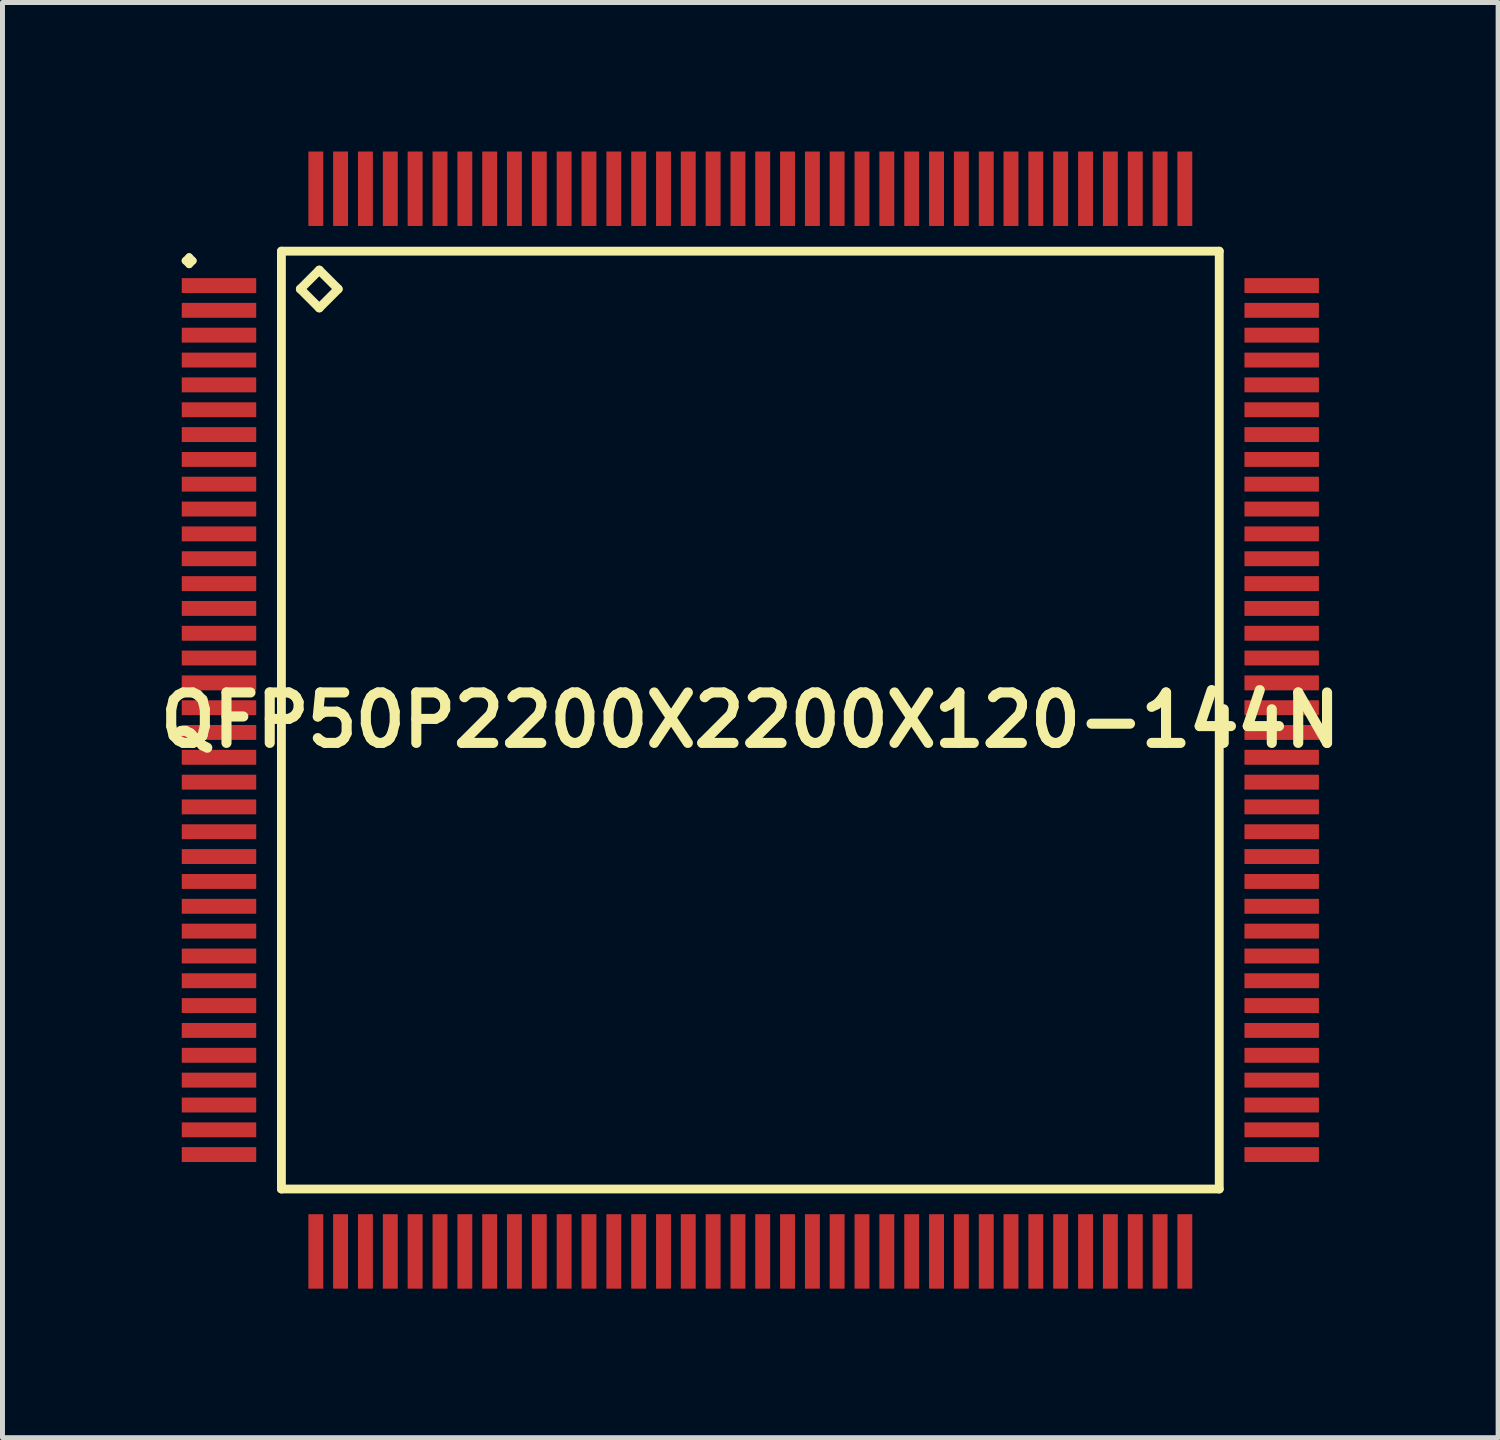
<source format=kicad_pcb>
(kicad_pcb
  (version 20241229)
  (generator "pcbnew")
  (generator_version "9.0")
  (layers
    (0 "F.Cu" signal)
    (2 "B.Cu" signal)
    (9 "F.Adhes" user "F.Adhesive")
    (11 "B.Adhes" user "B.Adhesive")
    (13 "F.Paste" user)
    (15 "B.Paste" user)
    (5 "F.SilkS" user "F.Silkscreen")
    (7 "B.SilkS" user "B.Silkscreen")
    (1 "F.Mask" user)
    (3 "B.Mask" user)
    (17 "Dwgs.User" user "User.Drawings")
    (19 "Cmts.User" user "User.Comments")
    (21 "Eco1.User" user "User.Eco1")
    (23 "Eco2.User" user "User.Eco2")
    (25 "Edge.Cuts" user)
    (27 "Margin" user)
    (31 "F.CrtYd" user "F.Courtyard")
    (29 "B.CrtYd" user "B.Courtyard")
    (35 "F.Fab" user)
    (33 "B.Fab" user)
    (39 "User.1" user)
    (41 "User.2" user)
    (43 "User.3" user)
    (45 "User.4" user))
  (footprint "QFP50P2200X2200X120-144N"
    (layer "F.Cu")
    (at 12.057 11.448)
    (property "Reference" "QFP50P2200X2200X120-144N" (at 0 0 0) (layer "F.SilkS") (effects (font (size 1.016 1.016) (thickness 0.203))))
    (attr smd)
    (fp_line (start -11.374 -9.248) (end -11.298 -9.324) (stroke (width 0.15) (type solid)) (layer "F.SilkS"))
    (fp_line (start -11.298 -9.324) (end -11.224 -9.248) (stroke (width 0.15) (type solid)) (layer "F.SilkS"))
    (fp_line (start -11.298 -9.174) (end -11.374 -9.248) (stroke (width 0.15) (type solid)) (layer "F.SilkS"))
    (fp_line (start -11.224 -9.248) (end -11.298 -9.174) (stroke (width 0.15) (type solid)) (layer "F.SilkS"))
    (fp_line (start -9.441 -9.441) (end -9.441 9.441) (stroke (width 0.178) (type solid)) (layer "F.SilkS"))
    (fp_line (start -9.441 9.441) (end 9.441 9.441) (stroke (width 0.178) (type solid)) (layer "F.SilkS"))
    (fp_line (start -9.06 -8.679) (end -8.679 -9.06) (stroke (width 0.178) (type solid)) (layer "F.SilkS"))
    (fp_line (start -8.679 -9.06) (end -8.298 -8.679) (stroke (width 0.178) (type solid)) (layer "F.SilkS"))
    (fp_line (start -8.679 -8.298) (end -9.06 -8.679) (stroke (width 0.178) (type solid)) (layer "F.SilkS"))
    (fp_line (start -8.298 -8.679) (end -8.679 -8.298) (stroke (width 0.178) (type solid)) (layer "F.SilkS"))
    (fp_line (start 9.441 -9.441) (end -9.441 -9.441) (stroke (width 0.178) (type solid)) (layer "F.SilkS"))
    (fp_line (start 9.441 9.441) (end 9.441 -9.441) (stroke (width 0.178) (type solid)) (layer "F.SilkS"))
    (pad "1" smd rect (at -10.698 -8.748) (size 1.499 0.3) (layers "F.Cu" "F.Mask" "F.Paste"))
    (pad "2" smd rect (at -10.698 -8.25) (size 1.499 0.3) (layers "F.Cu" "F.Mask" "F.Paste"))
    (pad "3" smd rect (at -10.698 -7.75) (size 1.499 0.3) (layers "F.Cu" "F.Mask" "F.Paste"))
    (pad "4" smd rect (at -10.698 -7.249) (size 1.499 0.3) (layers "F.Cu" "F.Mask" "F.Paste"))
    (pad "5" smd rect (at -10.698 -6.749) (size 1.499 0.3) (layers "F.Cu" "F.Mask" "F.Paste"))
    (pad "6" smd rect (at -10.698 -6.248) (size 1.499 0.3) (layers "F.Cu" "F.Mask" "F.Paste"))
    (pad "7" smd rect (at -10.698 -5.748) (size 1.499 0.3) (layers "F.Cu" "F.Mask" "F.Paste"))
    (pad "8" smd rect (at -10.698 -5.248) (size 1.499 0.3) (layers "F.Cu" "F.Mask" "F.Paste"))
    (pad "9" smd rect (at -10.698 -4.75) (size 1.499 0.3) (layers "F.Cu" "F.Mask" "F.Paste"))
    (pad "10" smd rect (at -10.698 -4.249) (size 1.499 0.3) (layers "F.Cu" "F.Mask" "F.Paste"))
    (pad "11" smd rect (at -10.698 -3.749) (size 1.499 0.3) (layers "F.Cu" "F.Mask" "F.Paste"))
    (pad "12" smd rect (at -10.698 -3.249) (size 1.499 0.3) (layers "F.Cu" "F.Mask" "F.Paste"))
    (pad "13" smd rect (at -10.698 -2.748) (size 1.499 0.3) (layers "F.Cu" "F.Mask" "F.Paste"))
    (pad "14" smd rect (at -10.698 -2.248) (size 1.499 0.3) (layers "F.Cu" "F.Mask" "F.Paste"))
    (pad "15" smd rect (at -10.698 -1.748) (size 1.499 0.3) (layers "F.Cu" "F.Mask" "F.Paste"))
    (pad "16" smd rect (at -10.698 -1.25) (size 1.499 0.3) (layers "F.Cu" "F.Mask" "F.Paste"))
    (pad "17" smd rect (at -10.698 -0.749) (size 1.499 0.3) (layers "F.Cu" "F.Mask" "F.Paste"))
    (pad "18" smd rect (at -10.698 -0.249) (size 1.499 0.3) (layers "F.Cu" "F.Mask" "F.Paste"))
    (pad "19" smd rect (at -10.698 0.249) (size 1.499 0.3) (layers "F.Cu" "F.Mask" "F.Paste"))
    (pad "20" smd rect (at -10.698 0.749) (size 1.499 0.3) (layers "F.Cu" "F.Mask" "F.Paste"))
    (pad "21" smd rect (at -10.698 1.25) (size 1.499 0.3) (layers "F.Cu" "F.Mask" "F.Paste"))
    (pad "22" smd rect (at -10.698 1.748) (size 1.499 0.3) (layers "F.Cu" "F.Mask" "F.Paste"))
    (pad "23" smd rect (at -10.698 2.248) (size 1.499 0.3) (layers "F.Cu" "F.Mask" "F.Paste"))
    (pad "24" smd rect (at -10.698 2.748) (size 1.499 0.3) (layers "F.Cu" "F.Mask" "F.Paste"))
    (pad "25" smd rect (at -10.698 3.249) (size 1.499 0.3) (layers "F.Cu" "F.Mask" "F.Paste"))
    (pad "26" smd rect (at -10.698 3.749) (size 1.499 0.3) (layers "F.Cu" "F.Mask" "F.Paste"))
    (pad "27" smd rect (at -10.698 4.249) (size 1.499 0.3) (layers "F.Cu" "F.Mask" "F.Paste"))
    (pad "28" smd rect (at -10.698 4.75) (size 1.499 0.3) (layers "F.Cu" "F.Mask" "F.Paste"))
    (pad "29" smd rect (at -10.698 5.248) (size 1.499 0.3) (layers "F.Cu" "F.Mask" "F.Paste"))
    (pad "30" smd rect (at -10.698 5.748) (size 1.499 0.3) (layers "F.Cu" "F.Mask" "F.Paste"))
    (pad "31" smd rect (at -10.698 6.248) (size 1.499 0.3) (layers "F.Cu" "F.Mask" "F.Paste"))
    (pad "32" smd rect (at -10.698 6.749) (size 1.499 0.3) (layers "F.Cu" "F.Mask" "F.Paste"))
    (pad "33" smd rect (at -10.698 7.249) (size 1.499 0.3) (layers "F.Cu" "F.Mask" "F.Paste"))
    (pad "34" smd rect (at -10.698 7.75) (size 1.499 0.3) (layers "F.Cu" "F.Mask" "F.Paste"))
    (pad "35" smd rect (at -10.698 8.25) (size 1.499 0.3) (layers "F.Cu" "F.Mask" "F.Paste"))
    (pad "36" smd rect (at -10.698 8.748) (size 1.499 0.3) (layers "F.Cu" "F.Mask" "F.Paste"))
    (pad "37" smd rect (at -8.748 10.698) (size 0.3 1.499) (layers "F.Cu" "F.Mask" "F.Paste"))
    (pad "38" smd rect (at -8.25 10.698) (size 0.3 1.499) (layers "F.Cu" "F.Mask" "F.Paste"))
    (pad "39" smd rect (at -7.75 10.698) (size 0.3 1.499) (layers "F.Cu" "F.Mask" "F.Paste"))
    (pad "40" smd rect (at -7.249 10.698) (size 0.3 1.499) (layers "F.Cu" "F.Mask" "F.Paste"))
    (pad "41" smd rect (at -6.749 10.698) (size 0.3 1.499) (layers "F.Cu" "F.Mask" "F.Paste"))
    (pad "42" smd rect (at -6.248 10.698) (size 0.3 1.499) (layers "F.Cu" "F.Mask" "F.Paste"))
    (pad "43" smd rect (at -5.748 10.698) (size 0.3 1.499) (layers "F.Cu" "F.Mask" "F.Paste"))
    (pad "44" smd rect (at -5.248 10.698) (size 0.3 1.499) (layers "F.Cu" "F.Mask" "F.Paste"))
    (pad "45" smd rect (at -4.75 10.698) (size 0.3 1.499) (layers "F.Cu" "F.Mask" "F.Paste"))
    (pad "46" smd rect (at -4.249 10.698) (size 0.3 1.499) (layers "F.Cu" "F.Mask" "F.Paste"))
    (pad "47" smd rect (at -3.749 10.698) (size 0.3 1.499) (layers "F.Cu" "F.Mask" "F.Paste"))
    (pad "48" smd rect (at -3.249 10.698) (size 0.3 1.499) (layers "F.Cu" "F.Mask" "F.Paste"))
    (pad "49" smd rect (at -2.748 10.698) (size 0.3 1.499) (layers "F.Cu" "F.Mask" "F.Paste"))
    (pad "50" smd rect (at -2.248 10.698) (size 0.3 1.499) (layers "F.Cu" "F.Mask" "F.Paste"))
    (pad "51" smd rect (at -1.748 10.698) (size 0.3 1.499) (layers "F.Cu" "F.Mask" "F.Paste"))
    (pad "52" smd rect (at -1.25 10.698) (size 0.3 1.499) (layers "F.Cu" "F.Mask" "F.Paste"))
    (pad "53" smd rect (at -0.749 10.698) (size 0.3 1.499) (layers "F.Cu" "F.Mask" "F.Paste"))
    (pad "54" smd rect (at -0.249 10.698) (size 0.3 1.499) (layers "F.Cu" "F.Mask" "F.Paste"))
    (pad "55" smd rect (at 0.249 10.698) (size 0.3 1.499) (layers "F.Cu" "F.Mask" "F.Paste"))
    (pad "56" smd rect (at 0.749 10.698) (size 0.3 1.499) (layers "F.Cu" "F.Mask" "F.Paste"))
    (pad "57" smd rect (at 1.25 10.698) (size 0.3 1.499) (layers "F.Cu" "F.Mask" "F.Paste"))
    (pad "58" smd rect (at 1.748 10.698) (size 0.3 1.499) (layers "F.Cu" "F.Mask" "F.Paste"))
    (pad "59" smd rect (at 2.248 10.698) (size 0.3 1.499) (layers "F.Cu" "F.Mask" "F.Paste"))
    (pad "60" smd rect (at 2.748 10.698) (size 0.3 1.499) (layers "F.Cu" "F.Mask" "F.Paste"))
    (pad "61" smd rect (at 3.249 10.698) (size 0.3 1.499) (layers "F.Cu" "F.Mask" "F.Paste"))
    (pad "62" smd rect (at 3.749 10.698) (size 0.3 1.499) (layers "F.Cu" "F.Mask" "F.Paste"))
    (pad "63" smd rect (at 4.249 10.698) (size 0.3 1.499) (layers "F.Cu" "F.Mask" "F.Paste"))
    (pad "64" smd rect (at 4.75 10.698) (size 0.3 1.499) (layers "F.Cu" "F.Mask" "F.Paste"))
    (pad "65" smd rect (at 5.248 10.698) (size 0.3 1.499) (layers "F.Cu" "F.Mask" "F.Paste"))
    (pad "66" smd rect (at 5.748 10.698) (size 0.3 1.499) (layers "F.Cu" "F.Mask" "F.Paste"))
    (pad "67" smd rect (at 6.248 10.698) (size 0.3 1.499) (layers "F.Cu" "F.Mask" "F.Paste"))
    (pad "68" smd rect (at 6.749 10.698) (size 0.3 1.499) (layers "F.Cu" "F.Mask" "F.Paste"))
    (pad "69" smd rect (at 7.249 10.698) (size 0.3 1.499) (layers "F.Cu" "F.Mask" "F.Paste"))
    (pad "70" smd rect (at 7.75 10.698) (size 0.3 1.499) (layers "F.Cu" "F.Mask" "F.Paste"))
    (pad "71" smd rect (at 8.25 10.698) (size 0.3 1.499) (layers "F.Cu" "F.Mask" "F.Paste"))
    (pad "72" smd rect (at 8.748 10.698) (size 0.3 1.499) (layers "F.Cu" "F.Mask" "F.Paste"))
    (pad "73" smd rect (at 10.698 8.748) (size 1.499 0.3) (layers "F.Cu" "F.Mask" "F.Paste"))
    (pad "74" smd rect (at 10.698 8.25) (size 1.499 0.3) (layers "F.Cu" "F.Mask" "F.Paste"))
    (pad "75" smd rect (at 10.698 7.75) (size 1.499 0.3) (layers "F.Cu" "F.Mask" "F.Paste"))
    (pad "76" smd rect (at 10.698 7.249) (size 1.499 0.3) (layers "F.Cu" "F.Mask" "F.Paste"))
    (pad "77" smd rect (at 10.698 6.749) (size 1.499 0.3) (layers "F.Cu" "F.Mask" "F.Paste"))
    (pad "78" smd rect (at 10.698 6.248) (size 1.499 0.3) (layers "F.Cu" "F.Mask" "F.Paste"))
    (pad "79" smd rect (at 10.698 5.748) (size 1.499 0.3) (layers "F.Cu" "F.Mask" "F.Paste"))
    (pad "80" smd rect (at 10.698 5.248) (size 1.499 0.3) (layers "F.Cu" "F.Mask" "F.Paste"))
    (pad "81" smd rect (at 10.698 4.75) (size 1.499 0.3) (layers "F.Cu" "F.Mask" "F.Paste"))
    (pad "82" smd rect (at 10.698 4.249) (size 1.499 0.3) (layers "F.Cu" "F.Mask" "F.Paste"))
    (pad "83" smd rect (at 10.698 3.749) (size 1.499 0.3) (layers "F.Cu" "F.Mask" "F.Paste"))
    (pad "84" smd rect (at 10.698 3.249) (size 1.499 0.3) (layers "F.Cu" "F.Mask" "F.Paste"))
    (pad "85" smd rect (at 10.698 2.748) (size 1.499 0.3) (layers "F.Cu" "F.Mask" "F.Paste"))
    (pad "86" smd rect (at 10.698 2.248) (size 1.499 0.3) (layers "F.Cu" "F.Mask" "F.Paste"))
    (pad "87" smd rect (at 10.698 1.748) (size 1.499 0.3) (layers "F.Cu" "F.Mask" "F.Paste"))
    (pad "88" smd rect (at 10.698 1.25) (size 1.499 0.3) (layers "F.Cu" "F.Mask" "F.Paste"))
    (pad "89" smd rect (at 10.698 0.749) (size 1.499 0.3) (layers "F.Cu" "F.Mask" "F.Paste"))
    (pad "90" smd rect (at 10.698 0.249) (size 1.499 0.3) (layers "F.Cu" "F.Mask" "F.Paste"))
    (pad "91" smd rect (at 10.698 -0.249) (size 1.499 0.3) (layers "F.Cu" "F.Mask" "F.Paste"))
    (pad "92" smd rect (at 10.698 -0.749) (size 1.499 0.3) (layers "F.Cu" "F.Mask" "F.Paste"))
    (pad "93" smd rect (at 10.698 -1.25) (size 1.499 0.3) (layers "F.Cu" "F.Mask" "F.Paste"))
    (pad "94" smd rect (at 10.698 -1.748) (size 1.499 0.3) (layers "F.Cu" "F.Mask" "F.Paste"))
    (pad "95" smd rect (at 10.698 -2.248) (size 1.499 0.3) (layers "F.Cu" "F.Mask" "F.Paste"))
    (pad "96" smd rect (at 10.698 -2.748) (size 1.499 0.3) (layers "F.Cu" "F.Mask" "F.Paste"))
    (pad "97" smd rect (at 10.698 -3.249) (size 1.499 0.3) (layers "F.Cu" "F.Mask" "F.Paste"))
    (pad "98" smd rect (at 10.698 -3.749) (size 1.499 0.3) (layers "F.Cu" "F.Mask" "F.Paste"))
    (pad "99" smd rect (at 10.698 -4.249) (size 1.499 0.3) (layers "F.Cu" "F.Mask" "F.Paste"))
    (pad "100" smd rect (at 10.698 -4.75) (size 1.499 0.3) (layers "F.Cu" "F.Mask" "F.Paste"))
    (pad "101" smd rect (at 10.698 -5.248) (size 1.499 0.3) (layers "F.Cu" "F.Mask" "F.Paste"))
    (pad "102" smd rect (at 10.698 -5.748) (size 1.499 0.3) (layers "F.Cu" "F.Mask" "F.Paste"))
    (pad "103" smd rect (at 10.698 -6.248) (size 1.499 0.3) (layers "F.Cu" "F.Mask" "F.Paste"))
    (pad "104" smd rect (at 10.698 -6.749) (size 1.499 0.3) (layers "F.Cu" "F.Mask" "F.Paste"))
    (pad "105" smd rect (at 10.698 -7.249) (size 1.499 0.3) (layers "F.Cu" "F.Mask" "F.Paste"))
    (pad "106" smd rect (at 10.698 -7.75) (size 1.499 0.3) (layers "F.Cu" "F.Mask" "F.Paste"))
    (pad "107" smd rect (at 10.698 -8.25) (size 1.499 0.3) (layers "F.Cu" "F.Mask" "F.Paste"))
    (pad "108" smd rect (at 10.698 -8.748) (size 1.499 0.3) (layers "F.Cu" "F.Mask" "F.Paste"))
    (pad "109" smd rect (at 8.748 -10.698) (size 0.3 1.499) (layers "F.Cu" "F.Mask" "F.Paste"))
    (pad "110" smd rect (at 8.25 -10.698) (size 0.3 1.499) (layers "F.Cu" "F.Mask" "F.Paste"))
    (pad "111" smd rect (at 7.75 -10.698) (size 0.3 1.499) (layers "F.Cu" "F.Mask" "F.Paste"))
    (pad "112" smd rect (at 7.249 -10.698) (size 0.3 1.499) (layers "F.Cu" "F.Mask" "F.Paste"))
    (pad "113" smd rect (at 6.749 -10.698) (size 0.3 1.499) (layers "F.Cu" "F.Mask" "F.Paste"))
    (pad "114" smd rect (at 6.248 -10.698) (size 0.3 1.499) (layers "F.Cu" "F.Mask" "F.Paste"))
    (pad "115" smd rect (at 5.748 -10.698) (size 0.3 1.499) (layers "F.Cu" "F.Mask" "F.Paste"))
    (pad "116" smd rect (at 5.248 -10.698) (size 0.3 1.499) (layers "F.Cu" "F.Mask" "F.Paste"))
    (pad "117" smd rect (at 4.75 -10.698) (size 0.3 1.499) (layers "F.Cu" "F.Mask" "F.Paste"))
    (pad "118" smd rect (at 4.249 -10.698) (size 0.3 1.499) (layers "F.Cu" "F.Mask" "F.Paste"))
    (pad "119" smd rect (at 3.749 -10.698) (size 0.3 1.499) (layers "F.Cu" "F.Mask" "F.Paste"))
    (pad "120" smd rect (at 3.249 -10.698) (size 0.3 1.499) (layers "F.Cu" "F.Mask" "F.Paste"))
    (pad "121" smd rect (at 2.748 -10.698) (size 0.3 1.499) (layers "F.Cu" "F.Mask" "F.Paste"))
    (pad "122" smd rect (at 2.248 -10.698) (size 0.3 1.499) (layers "F.Cu" "F.Mask" "F.Paste"))
    (pad "123" smd rect (at 1.748 -10.698) (size 0.3 1.499) (layers "F.Cu" "F.Mask" "F.Paste"))
    (pad "124" smd rect (at 1.25 -10.698) (size 0.3 1.499) (layers "F.Cu" "F.Mask" "F.Paste"))
    (pad "125" smd rect (at 0.749 -10.698) (size 0.3 1.499) (layers "F.Cu" "F.Mask" "F.Paste"))
    (pad "126" smd rect (at 0.249 -10.698) (size 0.3 1.499) (layers "F.Cu" "F.Mask" "F.Paste"))
    (pad "127" smd rect (at -0.249 -10.698) (size 0.3 1.499) (layers "F.Cu" "F.Mask" "F.Paste"))
    (pad "128" smd rect (at -0.749 -10.698) (size 0.3 1.499) (layers "F.Cu" "F.Mask" "F.Paste"))
    (pad "129" smd rect (at -1.25 -10.698) (size 0.3 1.499) (layers "F.Cu" "F.Mask" "F.Paste"))
    (pad "130" smd rect (at -1.748 -10.698) (size 0.3 1.499) (layers "F.Cu" "F.Mask" "F.Paste"))
    (pad "131" smd rect (at -2.248 -10.698) (size 0.3 1.499) (layers "F.Cu" "F.Mask" "F.Paste"))
    (pad "132" smd rect (at -2.748 -10.698) (size 0.3 1.499) (layers "F.Cu" "F.Mask" "F.Paste"))
    (pad "133" smd rect (at -3.249 -10.698) (size 0.3 1.499) (layers "F.Cu" "F.Mask" "F.Paste"))
    (pad "134" smd rect (at -3.749 -10.698) (size 0.3 1.499) (layers "F.Cu" "F.Mask" "F.Paste"))
    (pad "135" smd rect (at -4.249 -10.698) (size 0.3 1.499) (layers "F.Cu" "F.Mask" "F.Paste"))
    (pad "136" smd rect (at -4.75 -10.698) (size 0.3 1.499) (layers "F.Cu" "F.Mask" "F.Paste"))
    (pad "137" smd rect (at -5.248 -10.698) (size 0.3 1.499) (layers "F.Cu" "F.Mask" "F.Paste"))
    (pad "138" smd rect (at -5.748 -10.698) (size 0.3 1.499) (layers "F.Cu" "F.Mask" "F.Paste"))
    (pad "139" smd rect (at -6.248 -10.698) (size 0.3 1.499) (layers "F.Cu" "F.Mask" "F.Paste"))
    (pad "140" smd rect (at -6.749 -10.698) (size 0.3 1.499) (layers "F.Cu" "F.Mask" "F.Paste"))
    (pad "141" smd rect (at -7.249 -10.698) (size 0.3 1.499) (layers "F.Cu" "F.Mask" "F.Paste"))
    (pad "142" smd rect (at -7.75 -10.698) (size 0.3 1.499) (layers "F.Cu" "F.Mask" "F.Paste"))
    (pad "143" smd rect (at -8.25 -10.698) (size 0.3 1.499) (layers "F.Cu" "F.Mask" "F.Paste"))
    (pad "144" smd rect (at -8.748 -10.698) (size 0.3 1.499) (layers "F.Cu" "F.Mask" "F.Paste")))
  (gr_rect
    (start -3 -3)
    (end 27.113 25.896)
    (stroke (width 0.1) (type default))
    (fill no)
    (layer "Edge.Cuts")))
</source>
